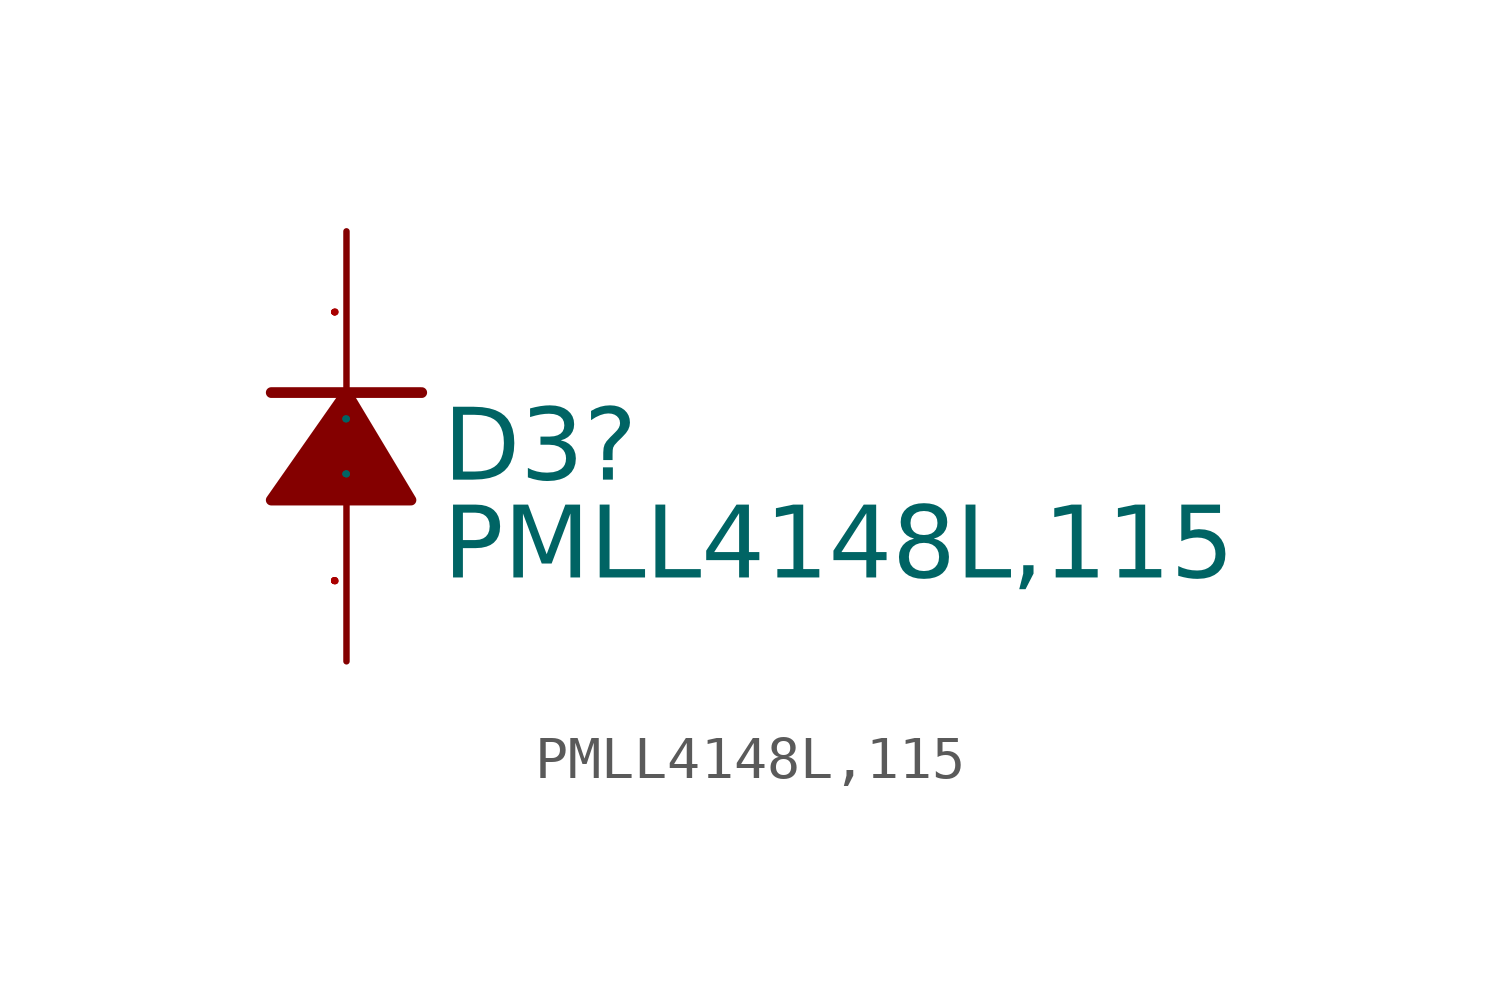
<source format=kicad_sym>
(kicad_symbol_lib
  (version 20231120)
  (generator "kicad_symbol_editor")
  (generator_version "8.0")
  (symbol "PMLL4148L,115"
    (property "Reference" "D3"
      (at 2.286 0.902 0)
      (effects (font (face "Arial") (size 1.689 1.689)) (justify left top)))
    (property "Value" "PMLL4148L,115"
      (at 2.286 -1.41 0)
      (effects (font (face "Arial") (size 1.689 1.689)) (justify left top)))
    (symbol "PMLL4148L,115_0_0"
      (polyline (pts (xy 1.778 1.27) (xy -1.778 1.27)) (stroke (width 0.254) (type solid)) (fill (type none)))
      (polyline (pts (xy 1.524 -1.27) (xy 0 1.27) (xy -1.778 -1.27) (xy 1.524 -1.27)) (stroke (width 0.254) (type solid)) (fill (type outline)))
      (pin unspecified line (at 0 5.08 270) (length 3.81) (name "K" (effects (font (size 0.025 0.025)))) (number "1" (effects (font (size 0.025 0.025)))))
      (pin unspecified line (at 0 -5.08 90) (length 3.81) (name "A" (effects (font (size 0.025 0.025)))) (number "2" (effects (font (size 0.025 0.025))))))))
</source>
